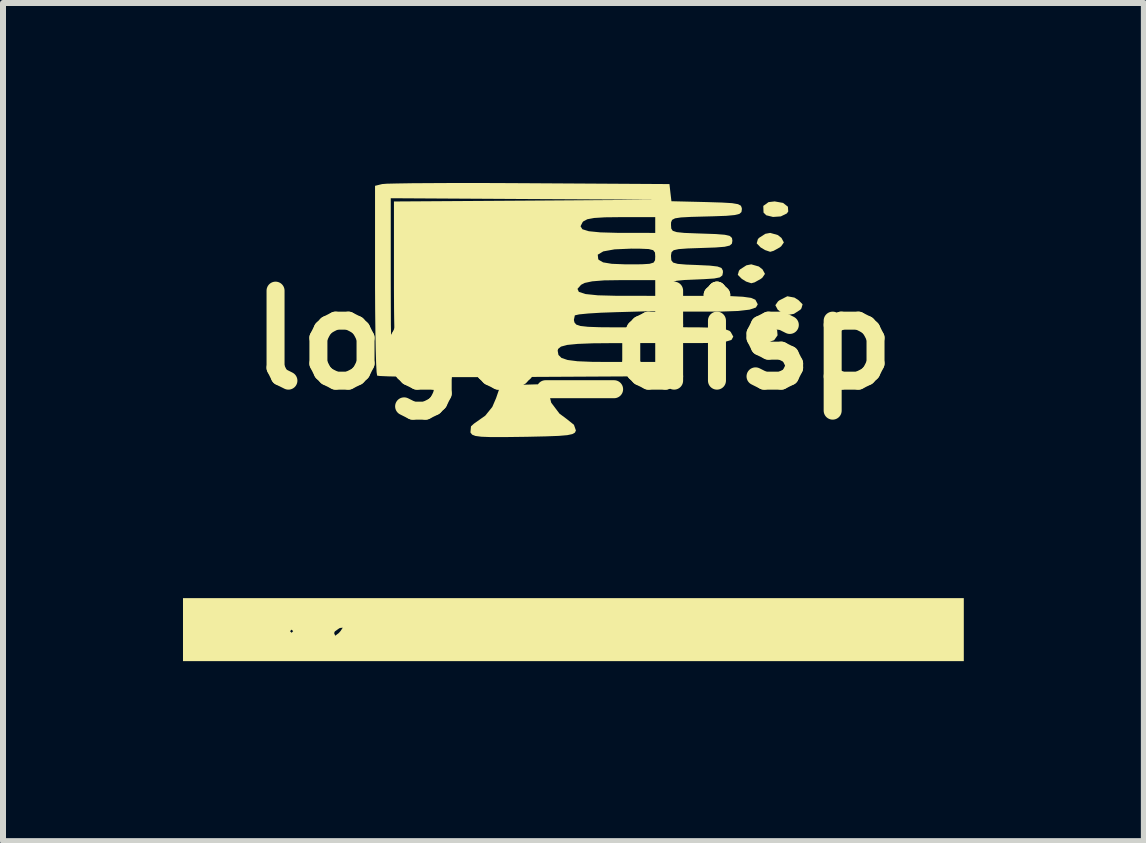
<source format=kicad_pcb>
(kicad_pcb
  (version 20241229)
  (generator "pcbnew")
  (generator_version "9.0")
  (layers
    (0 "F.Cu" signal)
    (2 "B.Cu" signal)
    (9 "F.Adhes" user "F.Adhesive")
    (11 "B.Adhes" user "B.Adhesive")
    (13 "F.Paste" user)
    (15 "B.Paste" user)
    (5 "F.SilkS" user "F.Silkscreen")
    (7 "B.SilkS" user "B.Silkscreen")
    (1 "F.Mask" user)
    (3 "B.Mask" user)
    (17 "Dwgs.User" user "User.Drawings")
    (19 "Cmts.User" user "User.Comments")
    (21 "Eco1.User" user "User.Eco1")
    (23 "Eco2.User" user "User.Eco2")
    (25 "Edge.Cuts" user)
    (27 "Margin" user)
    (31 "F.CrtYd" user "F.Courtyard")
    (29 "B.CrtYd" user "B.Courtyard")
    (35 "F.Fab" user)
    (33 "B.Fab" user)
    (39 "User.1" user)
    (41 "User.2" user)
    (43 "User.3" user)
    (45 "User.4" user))
  (footprint "logo_disp"
    (layer "F.Cu")
    (at 6.507 2.616)
    (property "Reference" "logo_disp" (at 0 0 0) (layer "F.SilkS") (effects (font (size 1.5 1.5) (thickness 0.3))))
    (attr board_only exclude_from_pos_files exclude_from_bom)
    (fp_poly (pts (xy 3.494 -2.284) (xy 3.575 -2.221) (xy 3.581 -2.141) (xy 3.557 -2.108) (xy 3.457 -2.059) (xy 3.327 -2.05) (xy 3.214 -2.078) (xy 3.169 -2.123) (xy 3.165 -2.234) (xy 3.252 -2.297) (xy 3.355 -2.309)) (stroke (width 0) (type solid)) (fill yes) (layer "F.SilkS"))
    (fp_poly (pts (xy 3.299 -0.238) (xy 3.311 -0.235) (xy 3.395 -0.169) (xy 3.403 -0.077) (xy 3.346 0.004) (xy 3.254 0.036) (xy 3.126 0.034) (xy 3.057 0.019) (xy 2.993 -0.042) (xy 3.005 -0.12) (xy 3.075 -0.192) (xy 3.18 -0.238)) (stroke (width 0) (type solid)) (fill yes) (layer "F.SilkS"))
    (fp_poly (pts (xy 3.684 -0.706) (xy 3.753 -0.662) (xy 3.82 -0.594) (xy 3.801 -0.527) (xy 3.783 -0.504) (xy 3.676 -0.435) (xy 3.595 -0.42) (xy 3.469 -0.456) (xy 3.406 -0.504) (xy 3.366 -0.579) (xy 3.41 -0.642) (xy 3.436 -0.662) (xy 3.566 -0.728)) (stroke (width 0) (type solid)) (fill yes) (layer "F.SilkS"))
    (fp_poly (pts (xy 3.091 -1.224) (xy 3.153 -1.175) (xy 3.193 -1.101) (xy 3.149 -1.037) (xy 3.124 -1.018) (xy 3.021 -0.96) (xy 2.965 -0.945) (xy 2.879 -0.973) (xy 2.807 -1.018) (xy 2.74 -1.085) (xy 2.759 -1.152) (xy 2.777 -1.175) (xy 2.884 -1.244) (xy 2.965 -1.26)) (stroke (width 0) (type solid)) (fill yes) (layer "F.SilkS"))
    (fp_poly (pts (xy 3.406 -1.749) (xy 3.468 -1.7) (xy 3.508 -1.625) (xy 3.464 -1.562) (xy 3.439 -1.542) (xy 3.336 -1.485) (xy 3.28 -1.469) (xy 3.194 -1.498) (xy 3.121 -1.542) (xy 3.055 -1.61) (xy 3.074 -1.677) (xy 3.092 -1.7) (xy 3.199 -1.769) (xy 3.28 -1.784)) (stroke (width 0) (type solid)) (fill yes) (layer "F.SilkS"))
    (fp_poly (pts (xy 6.507 4.828) (xy 6.507 5.353) (xy 0 5.353) (xy -6.507 5.353) (xy -6.507 4.886) (xy -3.988 4.886) (xy -3.97 4.93) (xy -3.91 4.885) (xy -3.882 4.853) (xy -3.844 4.796) (xy -3.886 4.8) (xy -3.902 4.806) (xy -3.976 4.858) (xy -3.988 4.886) (xy -6.507 4.886) (xy -6.507 4.854) (xy -4.723 4.854) (xy -4.697 4.881) (xy -4.671 4.854) (xy -4.697 4.828) (xy -4.723 4.854) (xy -6.507 4.854) (xy -6.507 4.828) (xy -6.507 4.303) (xy 0 4.303) (xy 6.507 4.303)) (stroke (width 0) (type solid)) (fill yes) (layer "F.SilkS"))
    (fp_poly (pts (xy -0.497 0.746) (xy -0.439 0.768) (xy -0.421 0.811) (xy -0.42 0.835) (xy -0.37 1.045) (xy -0.232 1.228) (xy -0.119 1.312) (xy 0.009 1.414) (xy 0.042 1.509) (xy 0.026 1.544) (xy -0.017 1.569) (xy -0.102 1.587) (xy -0.244 1.599) (xy -0.459 1.607) (xy -0.76 1.614) (xy -0.828 1.615) (xy -1.148 1.619) (xy -1.379 1.619) (xy -1.535 1.613) (xy -1.633 1.6) (xy -1.687 1.579) (xy -1.713 1.547) (xy -1.716 1.54) (xy -1.707 1.44) (xy -1.656 1.394) (xy -1.469 1.262) (xy -1.352 1.117) (xy -1.289 0.971) (xy -1.217 0.761) (xy -0.818 0.746) (xy -0.616 0.74)) (stroke (width 0) (type solid)) (fill yes) (layer "F.SilkS"))
    (fp_poly (pts (xy -1.552 -2.616) (xy -1.083 -2.614) (xy -0.735 -2.612) (xy 1.601 -2.598) (xy 1.617 -2.455) (xy 1.634 -2.312) (xy 2.221 -2.298) (xy 2.476 -2.29) (xy 2.644 -2.28) (xy 2.744 -2.263) (xy 2.792 -2.237) (xy 2.807 -2.198) (xy 2.808 -2.178) (xy 2.801 -2.132) (xy 2.767 -2.101) (xy 2.69 -2.082) (xy 2.551 -2.069) (xy 2.332 -2.061) (xy 2.217 -2.058) (xy 1.962 -2.051) (xy 1.793 -2.042) (xy 1.694 -2.027) (xy 1.645 -2.001) (xy 1.628 -1.96) (xy 1.627 -1.916) (xy 1.631 -1.857) (xy 1.656 -1.819) (xy 1.723 -1.797) (xy 1.849 -1.784) (xy 2.054 -1.776) (xy 2.139 -1.773) (xy 2.374 -1.765) (xy 2.524 -1.753) (xy 2.607 -1.733) (xy 2.643 -1.7) (xy 2.65 -1.653) (xy 2.642 -1.605) (xy 2.605 -1.573) (xy 2.52 -1.553) (xy 2.368 -1.541) (xy 2.139 -1.533) (xy 1.904 -1.525) (xy 1.755 -1.514) (xy 1.672 -1.496) (xy 1.636 -1.463) (xy 1.627 -1.412) (xy 1.627 -1.391) (xy 1.632 -1.328) (xy 1.662 -1.29) (xy 1.738 -1.268) (xy 1.88 -1.256) (xy 2.06 -1.249) (xy 2.273 -1.239) (xy 2.402 -1.224) (xy 2.468 -1.199) (xy 2.491 -1.157) (xy 2.493 -1.128) (xy 2.483 -1.076) (xy 2.441 -1.043) (xy 2.346 -1.024) (xy 2.176 -1.013) (xy 2.06 -1.008) (xy 1.848 -0.999) (xy 1.719 -0.986) (xy 1.654 -0.961) (xy 1.63 -0.919) (xy 1.627 -0.864) (xy 1.627 -0.735) (xy 2.303 -0.735) (xy 2.61 -0.731) (xy 2.826 -0.72) (xy 2.962 -0.701) (xy 3.031 -0.671) (xy 3.036 -0.665) (xy 3.073 -0.594) (xy 3.042 -0.541) (xy 2.936 -0.505) (xy 2.746 -0.483) (xy 2.463 -0.473) (xy 2.299 -0.472) (xy 1.627 -0.472) (xy 1.627 -0.341) (xy 1.631 -0.279) (xy 1.656 -0.24) (xy 1.722 -0.22) (xy 1.851 -0.211) (xy 2.062 -0.21) (xy 2.093 -0.21) (xy 2.344 -0.204) (xy 2.507 -0.186) (xy 2.6 -0.153) (xy 2.622 -0.133) (xy 2.665 -0.055) (xy 2.635 -0.001) (xy 2.525 0.033) (xy 2.325 0.049) (xy 2.125 0.052) (xy 1.632 0.052) (xy 1.616 0.328) (xy 1.601 0.604) (xy -0.817 0.617) (xy -1.311 0.619) (xy -1.773 0.62) (xy -2.191 0.619) (xy -2.557 0.616) (xy -2.858 0.612) (xy -3.084 0.607) (xy -3.225 0.601) (xy -3.271 0.595) (xy -3.28 0.536) (xy -3.288 0.385) (xy -3.295 0.155) (xy -3.3 -0.14) (xy -3.304 -0.487) (xy -3.306 -0.872) (xy -3.306 -0.997) (xy -3.044 -0.997) (xy -3.043 -0.583) (xy -3.042 -0.262) (xy -3.038 -0.022) (xy -3.031 0.148) (xy -3.02 0.259) (xy -3.005 0.325) (xy -2.984 0.355) (xy -2.957 0.363) (xy -2.952 0.363) (xy -2.902 0.35) (xy -2.926 0.333) (xy -2.947 0.298) (xy -2.964 0.209) (xy -2.966 0.179) (xy -0.262 0.179) (xy -0.249 0.25) (xy -0.198 0.3) (xy -0.097 0.334) (xy 0.068 0.355) (xy 0.312 0.365) (xy 0.614 0.367) (xy 1.364 0.367) (xy 1.364 0.21) (xy 1.364 0.052) (xy 0.669 0.053) (xy 0.323 0.056) (xy 0.07 0.066) (xy -0.103 0.083) (xy -0.207 0.111) (xy -0.255 0.15) (xy -0.262 0.179) (xy -2.966 0.179) (xy -2.976 0.055) (xy -2.984 -0.174) (xy -2.987 -0.334) (xy 0.008 -0.334) (xy 0.018 -0.291) (xy 0.048 -0.256) (xy 0.117 -0.233) (xy 0.243 -0.219) (xy 0.441 -0.212) (xy 0.707 -0.21) (xy 1.364 -0.21) (xy 1.364 -0.345) (xy 1.364 -0.481) (xy 0.713 -0.463) (xy 0.461 -0.454) (xy 0.248 -0.441) (xy 0.096 -0.426) (xy 0.025 -0.41) (xy 0.024 -0.409) (xy 0.008 -0.334) (xy -2.987 -0.334) (xy -2.989 -0.486) (xy -2.991 -0.851) (xy 0.068 -0.851) (xy 0.091 -0.801) (xy 0.202 -0.765) (xy 0.407 -0.744) (xy 0.711 -0.736) (xy 0.774 -0.736) (xy 1.364 -0.735) (xy 1.364 -0.866) (xy 1.364 -0.997) (xy 0.797 -0.997) (xy 0.512 -0.993) (xy 0.314 -0.977) (xy 0.187 -0.95) (xy 0.128 -0.919) (xy 0.068 -0.851) (xy -2.991 -0.851) (xy -2.991 -0.891) (xy -2.991 -1.001) (xy -2.991 -1.421) (xy 0.406 -1.421) (xy 0.414 -1.346) (xy 0.423 -1.335) (xy 0.495 -1.293) (xy 0.639 -1.269) (xy 0.868 -1.26) (xy 0.925 -1.26) (xy 1.139 -1.261) (xy 1.269 -1.269) (xy 1.336 -1.289) (xy 1.361 -1.329) (xy 1.364 -1.391) (xy 1.36 -1.457) (xy 1.33 -1.496) (xy 1.255 -1.515) (xy 1.111 -1.521) (xy 0.967 -1.522) (xy 0.687 -1.51) (xy 0.498 -1.476) (xy 0.406 -1.421) (xy -2.991 -1.421) (xy -2.991 -1.895) (xy 0.119 -1.895) (xy 0.15 -1.845) (xy 0.257 -1.812) (xy 0.45 -1.793) (xy 0.736 -1.785) (xy 0.8 -1.785) (xy 1.364 -1.784) (xy 1.364 -1.915) (xy 1.364 -2.047) (xy 0.794 -2.047) (xy 0.527 -2.044) (xy 0.346 -2.033) (xy 0.233 -2.012) (xy 0.168 -1.978) (xy 0.154 -1.964) (xy 0.119 -1.895) (xy -2.991 -1.895) (xy -2.991 -2.308) (xy -0.8 -2.322) (xy 1.391 -2.337) (xy -0.827 -2.349) (xy -3.044 -2.362) (xy -3.044 -0.997) (xy -3.306 -0.997) (xy -3.306 -1.005) (xy -3.306 -2.569) (xy -3.188 -2.598) (xy -3.112 -2.604) (xy -2.943 -2.608) (xy -2.691 -2.612) (xy -2.367 -2.614) (xy -1.984 -2.616)) (stroke (width 0) (type solid)) (fill yes) (layer "F.SilkS")))
  (gr_rect
    (start -3 -3)
    (end 16.015 10.969)
    (stroke (width 0.1) (type default))
    (fill no)
    (layer "Edge.Cuts")))
</source>
